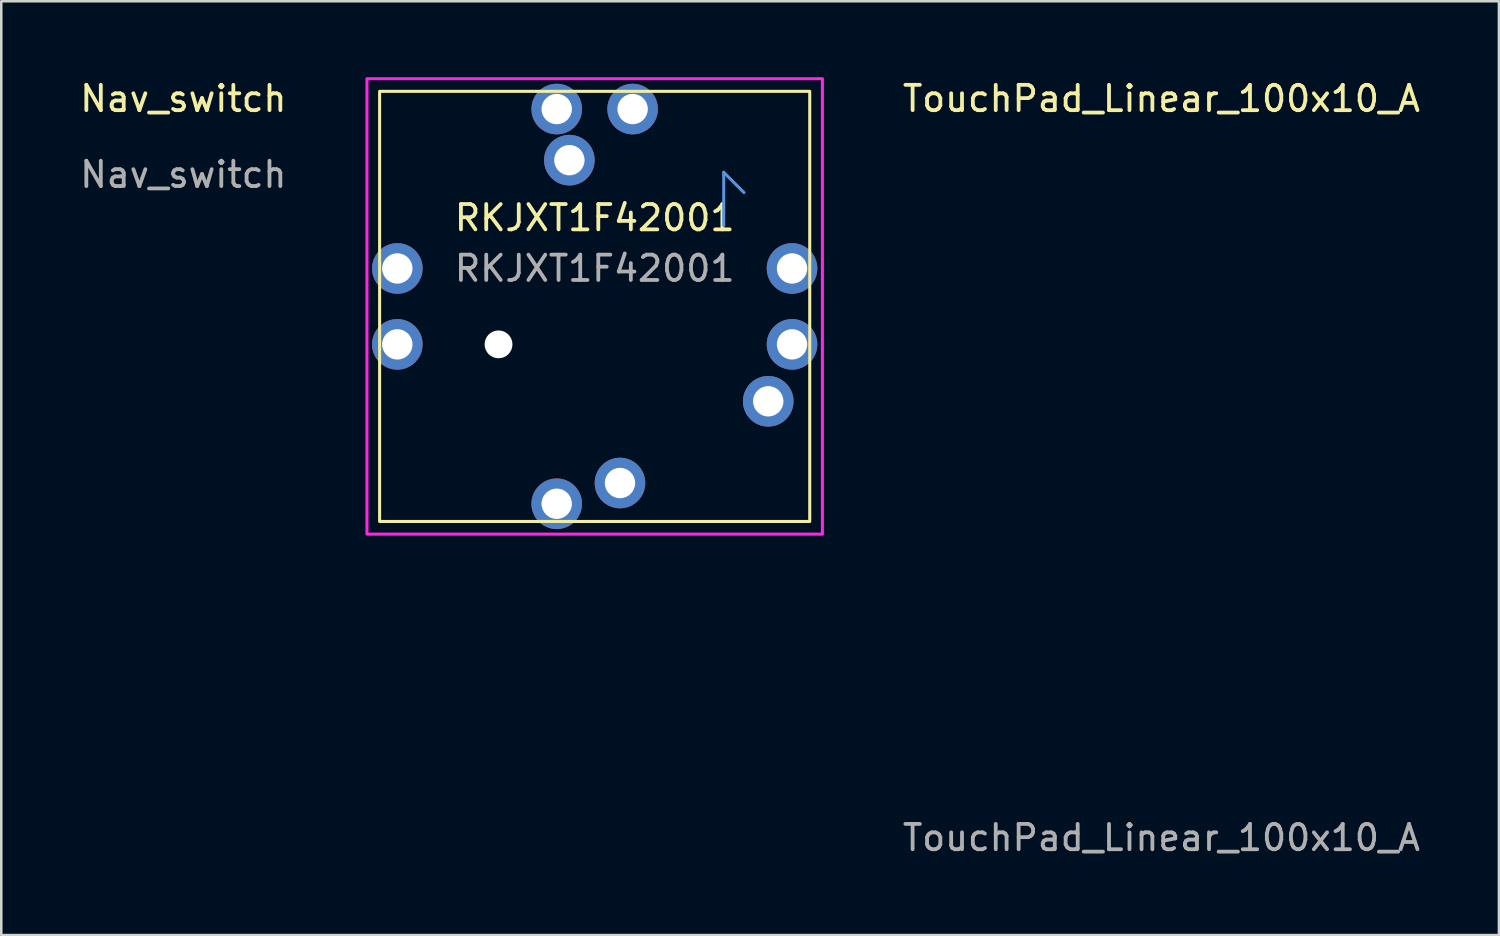
<source format=kicad_pcb>
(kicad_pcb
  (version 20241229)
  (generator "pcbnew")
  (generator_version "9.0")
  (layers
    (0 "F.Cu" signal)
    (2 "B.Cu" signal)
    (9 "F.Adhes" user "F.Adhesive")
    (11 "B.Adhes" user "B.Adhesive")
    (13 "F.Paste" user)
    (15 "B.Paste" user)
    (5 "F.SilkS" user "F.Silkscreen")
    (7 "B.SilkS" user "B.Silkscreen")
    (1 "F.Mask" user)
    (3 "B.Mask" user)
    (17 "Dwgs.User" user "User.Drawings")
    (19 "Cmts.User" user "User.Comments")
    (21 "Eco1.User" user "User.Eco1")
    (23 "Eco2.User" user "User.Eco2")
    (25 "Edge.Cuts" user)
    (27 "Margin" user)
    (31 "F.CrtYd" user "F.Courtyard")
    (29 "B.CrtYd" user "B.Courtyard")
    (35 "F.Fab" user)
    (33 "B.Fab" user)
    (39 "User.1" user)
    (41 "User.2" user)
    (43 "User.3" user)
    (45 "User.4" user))
  (footprint "RKJXT1F42001"
    (layer "F.Cu")
    (at 20.453 9.06)
    (property "Reference" "RKJXT1F42001" (at 0 -3.5 0) (unlocked yes) (layer "F.SilkS") (effects (font (size 1 1) (thickness 0.15))))
    (attr through_hole)
    (fp_rect (start -8.5 -8.5) (end 8.5 8.5) (stroke (width 0.12) (type default)) (fill no) (layer "F.SilkS"))
    (fp_line (start 5.1 -5.3) (end 5.9 -4.5) (stroke (width 0.12) (type default)) (layer "Cmts.User"))
    (fp_line (start 5.1 -3.2) (end 5.1 -5.3) (stroke (width 0.12) (type default)) (layer "Cmts.User"))
    (fp_rect (start -9 -9) (end 9 9) (stroke (width 0.12) (type default)) (fill no) (layer "F.CrtYd"))
    (fp_text user "${REFERENCE}" (at 0 -1.5 0) (unlocked yes) (layer "F.Fab") (effects (font (size 1 1) (thickness 0.15))))
    (pad "" np_thru_hole circle (at -3.8 1.5) (size 1.1 1.1) (drill 1.1) (layers "*.Cu" "*.Mask"))
    (pad "1" thru_hole circle (at -7.8 1.5) (size 2 2) (drill 1.2) (layers "*.Cu" "*.Mask"))
    (pad "2" thru_hole circle (at 7.8 -1.5) (size 2 2) (drill 1.2) (layers "*.Cu" "*.Mask"))
    (pad "3" thru_hole circle (at -1.5 -7.8) (size 2 2) (drill 1.2) (layers "*.Cu" "*.Mask"))
    (pad "4" thru_hole circle (at -1 -5.78) (size 2 2) (drill 1.2) (layers "*.Cu" "*.Mask"))
    (pad "5" thru_hole circle (at 1 6.98) (size 2 2) (drill 1.2) (layers "*.Cu" "*.Mask"))
    (pad "6" thru_hole circle (at 1.5 -7.8) (size 2 2) (drill 1.2) (layers "*.Cu" "*.Mask"))
    (pad "7" thru_hole circle (at -7.8 -1.5) (size 2 2) (drill 1.2) (layers "*.Cu" "*.Mask"))
    (pad "8" thru_hole circle (at -1.5 7.8) (size 2 2) (drill 1.2) (layers "*.Cu" "*.Mask"))
    (pad "9" thru_hole circle (at 7.8 1.5) (size 2 2) (drill 1.2) (layers "*.Cu" "*.Mask"))
    (pad "10" thru_hole circle (at 6.86 3.75) (size 2 2) (drill 1.2) (layers "*.Cu" "*.Mask")))
  (footprint "TouchPad_Linear_100x10_A"
    (layer "F.Cu")
    (at 42.852 14.818)
    (property "Reference" "TouchPad_Linear_100x10_A" (at 0 -13.97 0) (unlocked yes) (layer "F.SilkS") (effects (font (size 1 1) (thickness 0.15))))
    (attr smd)
    (fp_text user "${REFERENCE}" (at 0 15.24 0) (unlocked yes) (layer "F.Fab") (effects (font (size 1 1) (thickness 0.15)))))
  (footprint "Nav_switch"
    (layer "F.Cu")
    (at 4.196 1.348)
    (property "Reference" "Nav_switch" (at 0 -0.5 0) (unlocked yes) (layer "F.SilkS") (effects (font (size 1 1) (thickness 0.15))))
    (attr smd)
    (fp_text user "${REFERENCE}" (at 0 2.5 0) (unlocked yes) (layer "F.Fab") (effects (font (size 1 1) (thickness 0.15)))))
  (gr_rect
    (start -3 -3)
    (end 56.191 33.907)
    (stroke (width 0.1) (type default))
    (fill no)
    (layer "Edge.Cuts")))
</source>
